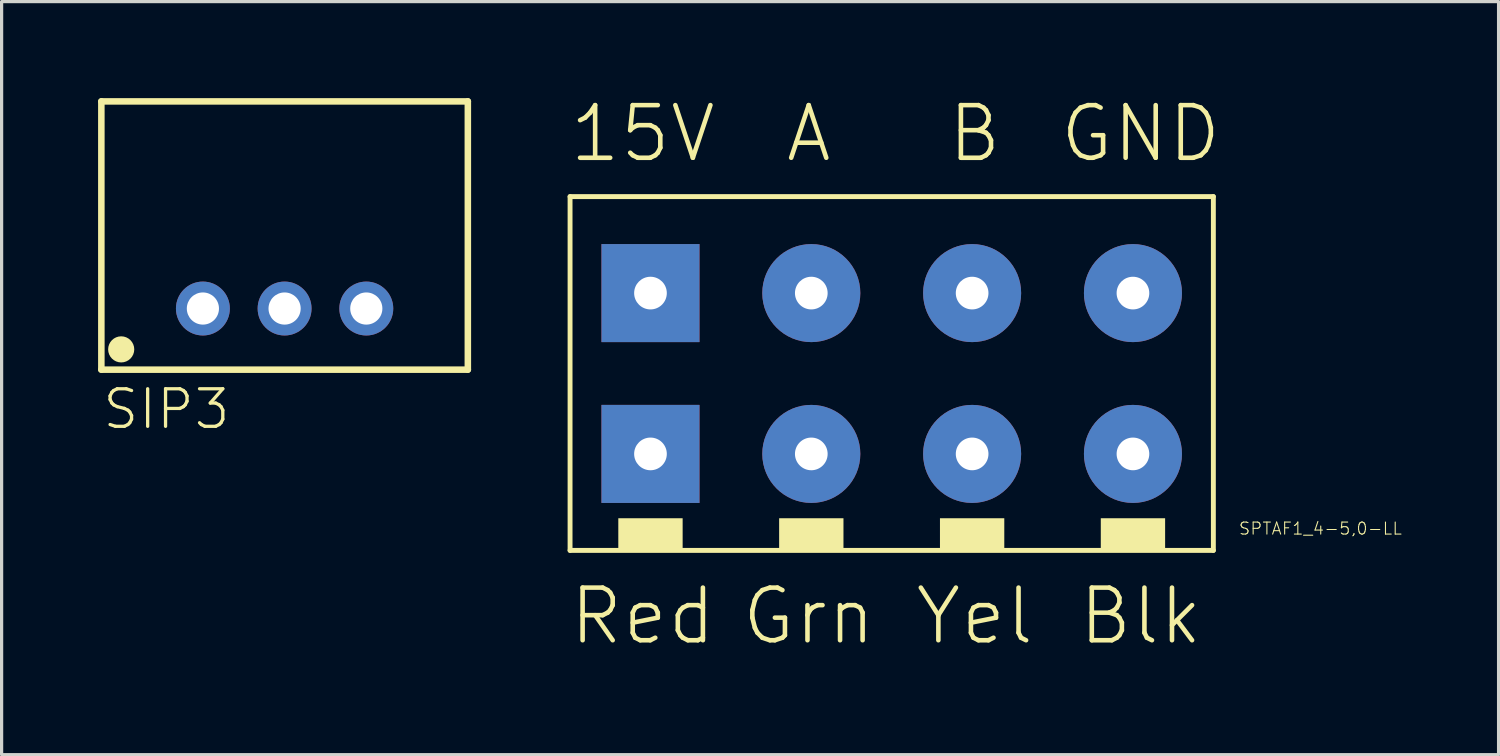
<source format=kicad_pcb>
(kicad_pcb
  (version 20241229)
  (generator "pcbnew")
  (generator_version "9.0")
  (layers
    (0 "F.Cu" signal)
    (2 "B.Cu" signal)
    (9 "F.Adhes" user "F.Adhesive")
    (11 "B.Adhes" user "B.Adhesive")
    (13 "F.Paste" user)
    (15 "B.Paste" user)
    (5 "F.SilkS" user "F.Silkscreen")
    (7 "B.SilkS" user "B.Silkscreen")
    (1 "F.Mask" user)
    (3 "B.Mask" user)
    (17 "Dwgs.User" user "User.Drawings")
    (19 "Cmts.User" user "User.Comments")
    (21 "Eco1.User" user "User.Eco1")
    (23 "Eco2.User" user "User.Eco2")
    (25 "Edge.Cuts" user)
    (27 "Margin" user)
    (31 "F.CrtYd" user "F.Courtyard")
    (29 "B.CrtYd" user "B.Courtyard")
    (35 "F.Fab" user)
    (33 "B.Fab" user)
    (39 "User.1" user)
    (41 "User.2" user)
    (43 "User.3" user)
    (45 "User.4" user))
  (footprint "SPTAF1_4-5,0-LL"
    (layer "F.Cu")
    (at 24.886 8.522)
    (property "Reference" "SPTAF1_4-5,0-LL" (at 10.557 5.08 0) (unlocked yes) (layer "F.SilkS") (effects (font (size 0.374 0.374) (thickness 0.033)) (justify left bottom)))
    (fp_line (start -10.213 -5.46) (end -10.213 5.54) (stroke (width 0.152) (type solid)) (layer "F.SilkS"))
    (fp_line (start -10.213 5.54) (end 9.787 5.54) (stroke (width 0.152) (type solid)) (layer "F.SilkS"))
    (fp_line (start 9.787 -5.46) (end -10.213 -5.46) (stroke (width 0.152) (type solid)) (layer "F.SilkS"))
    (fp_line (start 9.787 5.54) (end 9.787 -5.46) (stroke (width 0.152) (type solid)) (layer "F.SilkS"))
    (fp_poly (pts (xy -6.713 4.54) (xy -8.713 4.54) (xy -8.713 5.54) (xy -6.713 5.54)) (stroke (width 0) (type default)) (fill yes) (layer "F.SilkS"))
    (fp_poly (pts (xy -1.713 4.54) (xy -3.713 4.54) (xy -3.713 5.54) (xy -1.713 5.54)) (stroke (width 0) (type default)) (fill yes) (layer "F.SilkS"))
    (fp_poly (pts (xy 3.287 4.54) (xy 1.287 4.54) (xy 1.287 5.54) (xy 3.287 5.54)) (stroke (width 0) (type default)) (fill yes) (layer "F.SilkS"))
    (fp_poly (pts (xy 8.287 4.54) (xy 6.287 4.54) (xy 6.287 5.54) (xy 8.287 5.54)) (stroke (width 0) (type default)) (fill yes) (layer "F.SilkS"))
    (fp_text user "15V" (at -7.953 -6.46 0) (unlocked yes) (layer "F.SilkS") (effects (font (size 1.636 1.636) (thickness 0.142)) (justify bottom)))
    (fp_text user "B" (at 2.367 -6.46 0) (unlocked yes) (layer "F.SilkS") (effects (font (size 1.636 1.636) (thickness 0.142)) (justify bottom)))
    (fp_text user "GND" (at 7.527 -6.46 0) (unlocked yes) (layer "F.SilkS") (effects (font (size 1.636 1.636) (thickness 0.142)) (justify bottom)))
    (fp_text user "Yel" (at 2.367 8.54 0) (unlocked yes) (layer "F.SilkS") (effects (font (size 1.636 1.636) (thickness 0.142)) (justify bottom)))
    (fp_text user "A" (at -2.793 -6.46 0) (unlocked yes) (layer "F.SilkS") (effects (font (size 1.636 1.636) (thickness 0.142)) (justify bottom)))
    (fp_text user "Blk" (at 7.527 8.54 0) (unlocked yes) (layer "F.SilkS") (effects (font (size 1.636 1.636) (thickness 0.142)) (justify bottom)))
    (fp_text user "Red" (at -7.953 8.54 0) (unlocked yes) (layer "F.SilkS") (effects (font (size 1.636 1.636) (thickness 0.142)) (justify bottom)))
    (fp_text user "Grn" (at -2.793 8.54 0) (unlocked yes) (layer "F.SilkS") (effects (font (size 1.636 1.636) (thickness 0.142)) (justify bottom)))
    (pad "1" thru_hole rect (at -7.713 2.54 180) (size 3.048 3.048) (drill 1.016) (layers "*.Cu" "*.Mask"))
    (pad "1@1" thru_hole rect (at -7.713 -2.46 180) (size 3.048 3.048) (drill 1.016) (layers "*.Cu" "*.Mask"))
    (pad "2" thru_hole circle (at -2.713 2.54 180) (size 3.048 3.048) (drill 1.016) (layers "*.Cu" "*.Mask"))
    (pad "2@1" thru_hole circle (at -2.713 -2.46 180) (size 3.048 3.048) (drill 1.016) (layers "*.Cu" "*.Mask"))
    (pad "3" thru_hole circle (at 2.287 2.54 180) (size 3.048 3.048) (drill 1.016) (layers "*.Cu" "*.Mask"))
    (pad "3@1" thru_hole circle (at 2.287 -2.46 180) (size 3.048 3.048) (drill 1.016) (layers "*.Cu" "*.Mask"))
    (pad "4" thru_hole circle (at 7.287 2.54 180) (size 3.048 3.048) (drill 1.016) (layers "*.Cu" "*.Mask"))
    (pad "4@1" thru_hole circle (at 7.287 -2.46 180) (size 3.048 3.048) (drill 1.016) (layers "*.Cu" "*.Mask")))
  (footprint "SIP3"
    (layer "F.Cu")
    (at 5.798 4.002)
    (property "Reference" "SIP3" (at -5.715 6.35 0) (unlocked yes) (layer "F.SilkS") (effects (font (size 1.168 1.168) (thickness 0.102)) (justify left bottom)))
    (fp_line (start -5.697 -3.9) (end -5.697 4.44) (stroke (width 0.203) (type solid)) (layer "F.SilkS"))
    (fp_line (start -5.697 4.44) (end 5.697 4.44) (stroke (width 0.203) (type solid)) (layer "F.SilkS"))
    (fp_line (start 5.697 -3.9) (end -5.697 -3.9) (stroke (width 0.203) (type solid)) (layer "F.SilkS"))
    (fp_line (start 5.697 4.44) (end 5.697 -3.9) (stroke (width 0.203) (type solid)) (layer "F.SilkS"))
    (fp_circle (center -5.08 3.81) (end -4.877 3.81) (stroke (width 0.406) (type solid)) (fill yes) (layer "F.SilkS"))
    (pad "1" thru_hole circle (at -2.54 2.54) (size 1.676 1.676) (drill 1) (layers "*.Cu" "*.Mask"))
    (pad "2" thru_hole circle (at 0 2.54) (size 1.676 1.676) (drill 1) (layers "*.Cu" "*.Mask"))
    (pad "3" thru_hole circle (at 2.54 2.54) (size 1.676 1.676) (drill 1) (layers "*.Cu" "*.Mask")))
  (gr_rect
    (start -3 -3)
    (end 43.54 20.413)
    (stroke (width 0.1) (type default))
    (fill no)
    (layer "Edge.Cuts")))
</source>
